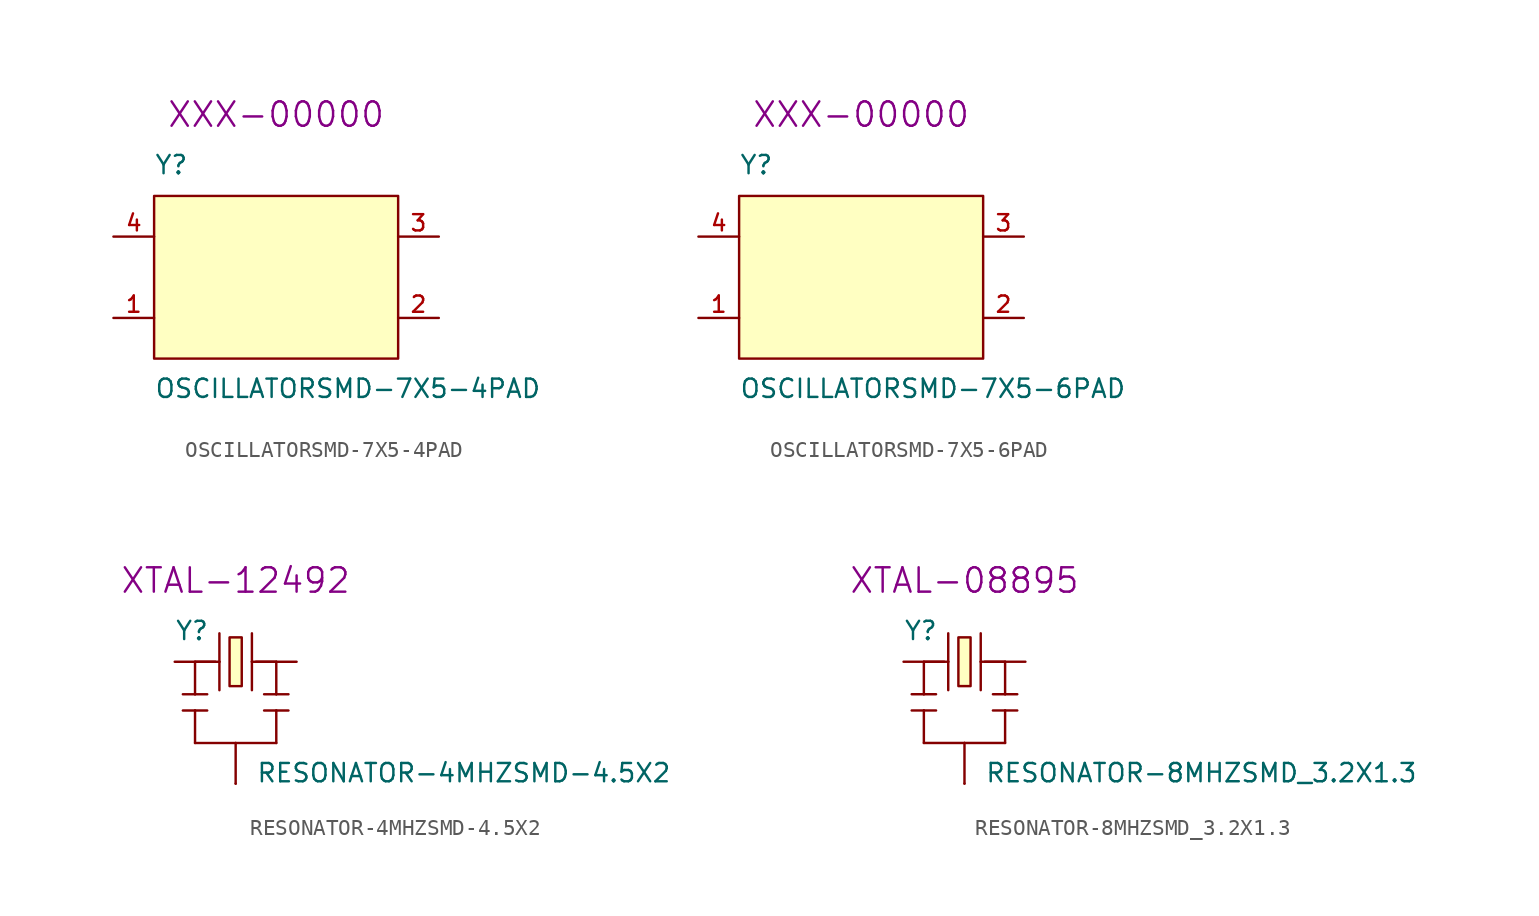
<source format=kicad_sym>
(kicad_symbol_lib
  (version 20211014)
  (generator kicad_symbol_editor)
  (symbol "OSCILLATORSMD-7X5-4PAD"
    (pin_names
      (offset 1.016) hide)
    (property "Reference" "Y"
      (at -7.62 6.35 0)
      (effects (font (size 1.143 1.143)) (justify left bottom)))
    (property "Value" "OSCILLATORSMD-7X5-4PAD"
      (at -7.62 -7.62 0)
      (effects (font (size 1.143 1.143)) (justify left bottom)))
    (property "Field4" "XXX-00000"
      (at 0 10.16 0)
      (effects (font (size 1.524 1.524))))
    (property "ki_locked" ""
      (at 0 0 0)
      (effects (font (size 1.27 1.27))))
    (symbol "OSCILLATORSMD-7X5-4PAD_1_1"
      (polyline (pts (xy -7.62 -5.08) (xy -7.62 5.08) (xy 7.62 5.08) (xy 7.62 -5.08) (xy -7.62 -5.08)) (stroke (width 0) (type default) (color 0 0 0 0)) (fill (type background)))
      (pin bidirectional line (at -10.16 -2.54 0) (length 2.54) (name "EN" (effects (font (size 1.016 1.016)))) (number "1" (effects (font (size 1.016 1.016)))))
      (pin bidirectional line (at 10.16 -2.54 180) (length 2.54) (name "GND" (effects (font (size 1.016 1.016)))) (number "2" (effects (font (size 1.016 1.016)))))
      (pin bidirectional line (at 10.16 2.54 180) (length 2.54) (name "OUT" (effects (font (size 1.016 1.016)))) (number "3" (effects (font (size 1.016 1.016)))))
      (pin bidirectional line (at -10.16 2.54 0) (length 2.54) (name "VCC" (effects (font (size 1.016 1.016)))) (number "4" (effects (font (size 1.016 1.016)))))))
  (symbol "OSCILLATORSMD-7X5-6PAD"
    (pin_names
      (offset 1.016) hide)
    (property "Reference" "Y"
      (at -7.62 6.35 0)
      (effects (font (size 1.143 1.143)) (justify left bottom)))
    (property "Value" "OSCILLATORSMD-7X5-6PAD"
      (at -7.62 -7.62 0)
      (effects (font (size 1.143 1.143)) (justify left bottom)))
    (property "Field4" "XXX-00000"
      (at 0 10.16 0)
      (effects (font (size 1.524 1.524))))
    (property "ki_locked" ""
      (at 0 0 0)
      (effects (font (size 1.27 1.27))))
    (symbol "OSCILLATORSMD-7X5-6PAD_1_1"
      (polyline (pts (xy -7.62 -5.08) (xy -7.62 5.08) (xy 7.62 5.08) (xy 7.62 -5.08) (xy -7.62 -5.08)) (stroke (width 0) (type default) (color 0 0 0 0)) (fill (type background)))
      (pin bidirectional line (at -10.16 -2.54 0) (length 2.54) (name "EN" (effects (font (size 1.016 1.016)))) (number "1" (effects (font (size 1.016 1.016)))))
      (pin bidirectional line (at 10.16 -2.54 180) (length 2.54) (name "GND" (effects (font (size 1.016 1.016)))) (number "2" (effects (font (size 1.016 1.016)))))
      (pin bidirectional line (at 10.16 2.54 180) (length 2.54) (name "OUT" (effects (font (size 1.016 1.016)))) (number "3" (effects (font (size 1.016 1.016)))))
      (pin bidirectional line (at -10.16 2.54 0) (length 2.54) (name "VCC" (effects (font (size 1.016 1.016)))) (number "4" (effects (font (size 1.016 1.016)))))))
  (symbol "RESONATOR-4MHZSMD-4.5X2"
    (pin_numbers hide)
    (pin_names
      (offset 1.016) hide)
    (property "Reference" "Y"
      (at -3.81 1.27 0)
      (effects (font (size 1.143 1.143)) (justify left bottom)))
    (property "Value" "RESONATOR-4MHZSMD-4.5X2"
      (at 1.27 -7.62 0)
      (effects (font (size 1.143 1.143)) (justify left bottom)))
    (property "Field4" "XTAL-12492"
      (at 0 5.08 0)
      (effects (font (size 1.524 1.524))))
    (property "ki_locked" ""
      (at 0 0 0)
      (effects (font (size 1.27 1.27))))
    (symbol "RESONATOR-4MHZSMD-4.5X2_1_0"
      (polyline (pts (xy -2.54 -3.048) (xy -3.302 -3.048)) (stroke (width 0) (type default) (color 0 0 0 0)) (fill (type none)))
      (polyline (pts (xy -2.54 -3.048) (xy -2.54 -5.08)) (stroke (width 0) (type default) (color 0 0 0 0)) (fill (type none)))
      (polyline (pts (xy -2.54 -2.032) (xy -3.302 -2.032)) (stroke (width 0) (type default) (color 0 0 0 0)) (fill (type none)))
      (polyline (pts (xy -2.54 -2.032) (xy -2.54 0)) (stroke (width 0) (type default) (color 0 0 0 0)) (fill (type none)))
      (polyline (pts (xy -2.54 0) (xy -1.016 0)) (stroke (width 0) (type default) (color 0 0 0 0)) (fill (type none)))
      (polyline (pts (xy -1.778 -3.048) (xy -2.54 -3.048)) (stroke (width 0) (type default) (color 0 0 0 0)) (fill (type none)))
      (polyline (pts (xy -1.778 -2.032) (xy -2.54 -2.032)) (stroke (width 0) (type default) (color 0 0 0 0)) (fill (type none)))
      (polyline (pts (xy -1.016 0) (xy -1.016 -1.778)) (stroke (width 0) (type default) (color 0 0 0 0)) (fill (type none)))
      (polyline (pts (xy -1.016 1.778) (xy -1.016 0)) (stroke (width 0) (type default) (color 0 0 0 0)) (fill (type none)))
      (polyline (pts (xy 0 -5.08) (xy -2.54 -5.08)) (stroke (width 0) (type default) (color 0 0 0 0)) (fill (type none)))
      (polyline (pts (xy 0 -5.08) (xy 0 -7.62)) (stroke (width 0) (type default) (color 0 0 0 0)) (fill (type none)))
      (polyline (pts (xy 1.016 0) (xy 1.016 -1.778)) (stroke (width 0) (type default) (color 0 0 0 0)) (fill (type none)))
      (polyline (pts (xy 1.016 0) (xy 2.54 0)) (stroke (width 0) (type default) (color 0 0 0 0)) (fill (type none)))
      (polyline (pts (xy 1.016 1.778) (xy 1.016 0)) (stroke (width 0) (type default) (color 0 0 0 0)) (fill (type none)))
      (polyline (pts (xy 2.54 -5.08) (xy 0 -5.08)) (stroke (width 0) (type default) (color 0 0 0 0)) (fill (type none)))
      (polyline (pts (xy 2.54 -3.048) (xy 1.778 -3.048)) (stroke (width 0) (type default) (color 0 0 0 0)) (fill (type none)))
      (polyline (pts (xy 2.54 -3.048) (xy 2.54 -5.08)) (stroke (width 0) (type default) (color 0 0 0 0)) (fill (type none)))
      (polyline (pts (xy 2.54 -2.032) (xy 1.778 -2.032)) (stroke (width 0) (type default) (color 0 0 0 0)) (fill (type none)))
      (polyline (pts (xy 2.54 0) (xy 2.54 -2.032)) (stroke (width 0) (type default) (color 0 0 0 0)) (fill (type none)))
      (polyline (pts (xy 3.302 -3.048) (xy 2.54 -3.048)) (stroke (width 0) (type default) (color 0 0 0 0)) (fill (type none)))
      (polyline (pts (xy 3.302 -2.032) (xy 2.54 -2.032)) (stroke (width 0) (type default) (color 0 0 0 0)) (fill (type none))))
    (symbol "RESONATOR-4MHZSMD-4.5X2_1_1"
      (polyline (pts (xy -0.381 1.524) (xy -0.381 -1.524) (xy 0.381 -1.524) (xy 0.381 1.524) (xy -0.381 1.524)) (stroke (width 0) (type default) (color 0 0 0 0)) (fill (type background)))
      (pin passive line (at -3.81 0 0) (length 2.54) (name "1" (effects (font (size 1.016 1.016)))) (number "1" (effects (font (size 1.016 1.016)))))
      (pin passive line (at 0 -7.62 90) (length 0) (name "2" (effects (font (size 1.016 1.016)))) (number "2" (effects (font (size 1.016 1.016)))))
      (pin passive line (at 3.81 0 180) (length 2.54) (name "3" (effects (font (size 1.016 1.016)))) (number "3" (effects (font (size 1.016 1.016)))))))
  (symbol "RESONATOR-8MHZSMD_3.2X1.3"
    (pin_numbers hide)
    (pin_names
      (offset 1.016) hide)
    (property "Reference" "Y"
      (at -3.81 1.27 0)
      (effects (font (size 1.143 1.143)) (justify left bottom)))
    (property "Value" "RESONATOR-8MHZSMD_3.2X1.3"
      (at 1.27 -7.62 0)
      (effects (font (size 1.143 1.143)) (justify left bottom)))
    (property "Field4" "XTAL-08895"
      (at 0 5.08 0)
      (effects (font (size 1.524 1.524))))
    (property "ki_locked" ""
      (at 0 0 0)
      (effects (font (size 1.27 1.27))))
    (symbol "RESONATOR-8MHZSMD_3.2X1.3_1_0"
      (polyline (pts (xy -2.54 -3.048) (xy -3.302 -3.048)) (stroke (width 0) (type default) (color 0 0 0 0)) (fill (type none)))
      (polyline (pts (xy -2.54 -3.048) (xy -2.54 -5.08)) (stroke (width 0) (type default) (color 0 0 0 0)) (fill (type none)))
      (polyline (pts (xy -2.54 -2.032) (xy -3.302 -2.032)) (stroke (width 0) (type default) (color 0 0 0 0)) (fill (type none)))
      (polyline (pts (xy -2.54 -2.032) (xy -2.54 0)) (stroke (width 0) (type default) (color 0 0 0 0)) (fill (type none)))
      (polyline (pts (xy -2.54 0) (xy -1.016 0)) (stroke (width 0) (type default) (color 0 0 0 0)) (fill (type none)))
      (polyline (pts (xy -1.778 -3.048) (xy -2.54 -3.048)) (stroke (width 0) (type default) (color 0 0 0 0)) (fill (type none)))
      (polyline (pts (xy -1.778 -2.032) (xy -2.54 -2.032)) (stroke (width 0) (type default) (color 0 0 0 0)) (fill (type none)))
      (polyline (pts (xy -1.016 0) (xy -1.016 -1.778)) (stroke (width 0) (type default) (color 0 0 0 0)) (fill (type none)))
      (polyline (pts (xy -1.016 1.778) (xy -1.016 0)) (stroke (width 0) (type default) (color 0 0 0 0)) (fill (type none)))
      (polyline (pts (xy 0 -5.08) (xy -2.54 -5.08)) (stroke (width 0) (type default) (color 0 0 0 0)) (fill (type none)))
      (polyline (pts (xy 0 -5.08) (xy 0 -7.62)) (stroke (width 0) (type default) (color 0 0 0 0)) (fill (type none)))
      (polyline (pts (xy 1.016 0) (xy 1.016 -1.778)) (stroke (width 0) (type default) (color 0 0 0 0)) (fill (type none)))
      (polyline (pts (xy 1.016 0) (xy 2.54 0)) (stroke (width 0) (type default) (color 0 0 0 0)) (fill (type none)))
      (polyline (pts (xy 1.016 1.778) (xy 1.016 0)) (stroke (width 0) (type default) (color 0 0 0 0)) (fill (type none)))
      (polyline (pts (xy 2.54 -5.08) (xy 0 -5.08)) (stroke (width 0) (type default) (color 0 0 0 0)) (fill (type none)))
      (polyline (pts (xy 2.54 -3.048) (xy 1.778 -3.048)) (stroke (width 0) (type default) (color 0 0 0 0)) (fill (type none)))
      (polyline (pts (xy 2.54 -3.048) (xy 2.54 -5.08)) (stroke (width 0) (type default) (color 0 0 0 0)) (fill (type none)))
      (polyline (pts (xy 2.54 -2.032) (xy 1.778 -2.032)) (stroke (width 0) (type default) (color 0 0 0 0)) (fill (type none)))
      (polyline (pts (xy 2.54 0) (xy 2.54 -2.032)) (stroke (width 0) (type default) (color 0 0 0 0)) (fill (type none)))
      (polyline (pts (xy 3.302 -3.048) (xy 2.54 -3.048)) (stroke (width 0) (type default) (color 0 0 0 0)) (fill (type none)))
      (polyline (pts (xy 3.302 -2.032) (xy 2.54 -2.032)) (stroke (width 0) (type default) (color 0 0 0 0)) (fill (type none))))
    (symbol "RESONATOR-8MHZSMD_3.2X1.3_1_1"
      (polyline (pts (xy -0.381 1.524) (xy -0.381 -1.524) (xy 0.381 -1.524) (xy 0.381 1.524) (xy -0.381 1.524)) (stroke (width 0) (type default) (color 0 0 0 0)) (fill (type background)))
      (pin passive line (at -3.81 0 0) (length 2.54) (name "1" (effects (font (size 1.016 1.016)))) (number "1" (effects (font (size 1.016 1.016)))))
      (pin passive line (at 0 -7.62 90) (length 0) (name "2" (effects (font (size 1.016 1.016)))) (number "2" (effects (font (size 1.016 1.016)))))
      (pin passive line (at 3.81 0 180) (length 2.54) (name "3" (effects (font (size 1.016 1.016)))) (number "3" (effects (font (size 1.016 1.016))))))))
</source>
